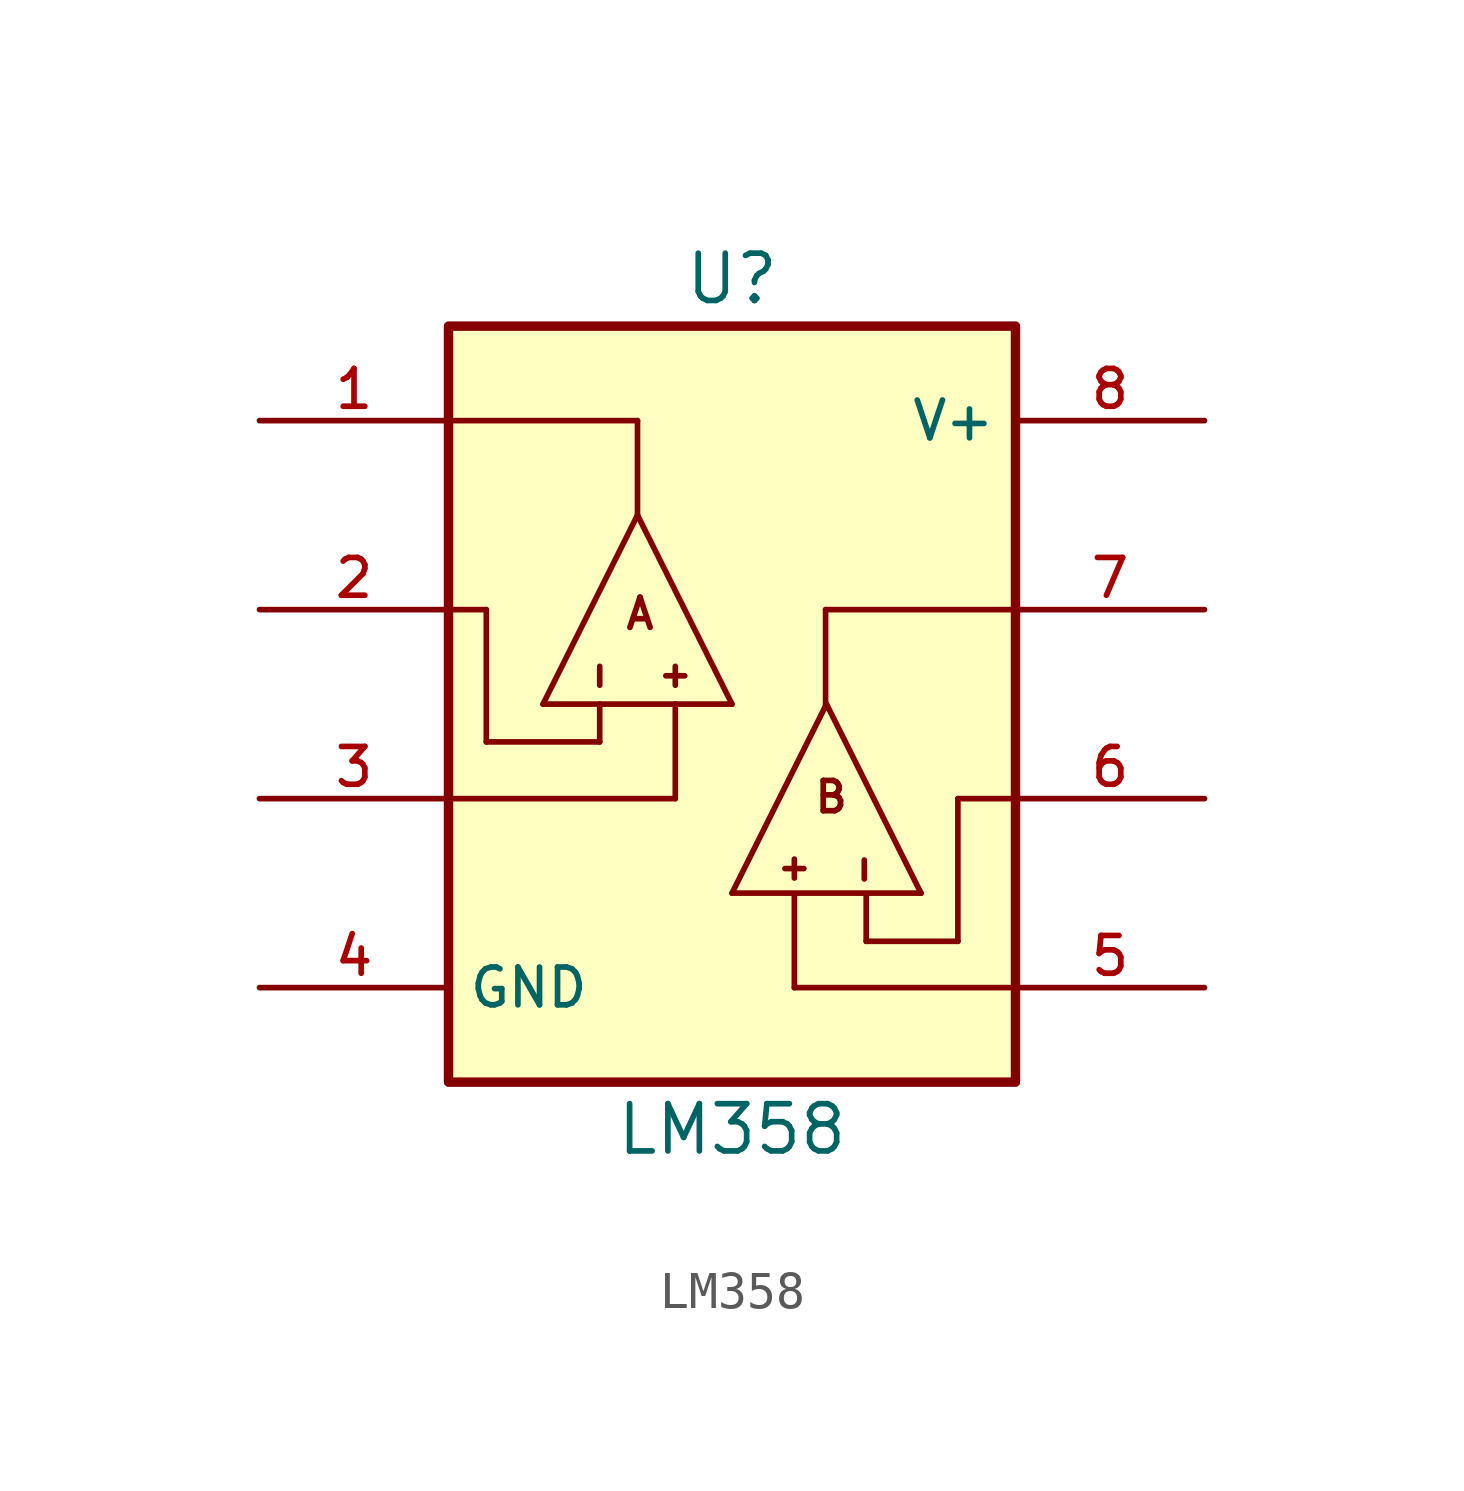
<source format=kicad_sym>
(kicad_symbol_lib
  (version 20211014)
  (generator kicad_symbol_editor)
  (symbol "LM358"
    (property "Reference" "U"
      (at 0 0 0)
      (effects (font (size 1.27 1.27))))
    (property "Value" "LM358"
      (at 0 -22.86 0)
      (effects (font (size 1.27 1.27))))
    (symbol "LM358_0_0"
      (rectangle (start -7.62 -21.59) (end 7.62 -1.27) (stroke (width 0.254) (type default) (color 0 0 0 0)) (fill (type background)))
      (polyline (pts (xy -6.604 -12.446) (xy -6.604 -8.89)) (stroke (width 0.152) (type default) (color 0 0 0 0)) (fill (type none)))
      (polyline (pts (xy -6.604 -8.89) (xy -7.62 -8.89)) (stroke (width 0.152) (type default) (color 0 0 0 0)) (fill (type none)))
      (polyline (pts (xy -5.08 -11.43) (xy -2.54 -6.35)) (stroke (width 0.152) (type default) (color 0 0 0 0)) (fill (type none)))
      (polyline (pts (xy -3.556 -12.446) (xy -6.604 -12.446)) (stroke (width 0.152) (type default) (color 0 0 0 0)) (fill (type none)))
      (polyline (pts (xy -3.556 -11.43) (xy -5.08 -11.43)) (stroke (width 0.152) (type default) (color 0 0 0 0)) (fill (type none)))
      (polyline (pts (xy -3.556 -11.43) (xy -3.556 -12.446)) (stroke (width 0.152) (type default) (color 0 0 0 0)) (fill (type none)))
      (polyline (pts (xy -3.556 -10.414) (xy -3.556 -10.922)) (stroke (width 0.152) (type default) (color 0 0 0 0)) (fill (type none)))
      (polyline (pts (xy -2.54 -6.35) (xy -2.54 -3.81)) (stroke (width 0.152) (type default) (color 0 0 0 0)) (fill (type none)))
      (polyline (pts (xy -2.54 -6.35) (xy 0 -11.43)) (stroke (width 0.152) (type default) (color 0 0 0 0)) (fill (type none)))
      (polyline (pts (xy -2.54 -3.81) (xy -7.62 -3.81)) (stroke (width 0.152) (type default) (color 0 0 0 0)) (fill (type none)))
      (polyline (pts (xy -1.778 -10.668) (xy -1.27 -10.668)) (stroke (width 0.152) (type default) (color 0 0 0 0)) (fill (type none)))
      (polyline (pts (xy -1.524 -13.97) (xy -7.62 -13.97)) (stroke (width 0.152) (type default) (color 0 0 0 0)) (fill (type none)))
      (polyline (pts (xy -1.524 -11.43) (xy -3.556 -11.43)) (stroke (width 0.152) (type default) (color 0 0 0 0)) (fill (type none)))
      (polyline (pts (xy -1.524 -11.43) (xy -1.524 -13.97)) (stroke (width 0.152) (type default) (color 0 0 0 0)) (fill (type none)))
      (polyline (pts (xy -1.524 -10.922) (xy -1.524 -10.414)) (stroke (width 0.152) (type default) (color 0 0 0 0)) (fill (type none)))
      (polyline (pts (xy 0 -16.51) (xy 2.54 -11.43)) (stroke (width 0.152) (type default) (color 0 0 0 0)) (fill (type none)))
      (polyline (pts (xy 0 -11.43) (xy -1.524 -11.43)) (stroke (width 0.152) (type default) (color 0 0 0 0)) (fill (type none)))
      (polyline (pts (xy 1.422 -15.85) (xy 1.93 -15.85)) (stroke (width 0.152) (type default) (color 0 0 0 0)) (fill (type none)))
      (polyline (pts (xy 1.676 -19.05) (xy 7.62 -19.05)) (stroke (width 0.152) (type default) (color 0 0 0 0)) (fill (type none)))
      (polyline (pts (xy 1.676 -16.561) (xy 1.676 -19.05)) (stroke (width 0.152) (type default) (color 0 0 0 0)) (fill (type none)))
      (polyline (pts (xy 1.676 -15.596) (xy 1.676 -16.104)) (stroke (width 0.152) (type default) (color 0 0 0 0)) (fill (type none)))
      (polyline (pts (xy 2.515 -11.532) (xy 2.515 -8.89)) (stroke (width 0.152) (type default) (color 0 0 0 0)) (fill (type none)))
      (polyline (pts (xy 2.515 -8.89) (xy 7.62 -8.89)) (stroke (width 0.152) (type default) (color 0 0 0 0)) (fill (type none)))
      (polyline (pts (xy 2.54 -11.43) (xy 5.08 -16.51)) (stroke (width 0.152) (type default) (color 0 0 0 0)) (fill (type none)))
      (polyline (pts (xy 3.556 -15.621) (xy 3.556 -16.129)) (stroke (width 0.152) (type default) (color 0 0 0 0)) (fill (type none)))
      (polyline (pts (xy 3.607 -17.805) (xy 6.071 -17.805)) (stroke (width 0.152) (type default) (color 0 0 0 0)) (fill (type none)))
      (polyline (pts (xy 3.607 -16.535) (xy 3.607 -17.805)) (stroke (width 0.152) (type default) (color 0 0 0 0)) (fill (type none)))
      (polyline (pts (xy 5.08 -16.51) (xy 0 -16.51)) (stroke (width 0.152) (type default) (color 0 0 0 0)) (fill (type none)))
      (polyline (pts (xy 6.071 -17.805) (xy 6.071 -13.97)) (stroke (width 0.152) (type default) (color 0 0 0 0)) (fill (type none)))
      (polyline (pts (xy 6.071 -13.97) (xy 7.62 -13.97)) (stroke (width 0.152) (type default) (color 0 0 0 0)) (fill (type none)))
      (text "A" (at -2.921 -9.474 0) (effects (font (size 0.813 0.813)) (justify left bottom)))
      (text "B" (at 2.159 -14.402 0) (effects (font (size 0.813 0.813)) (justify left bottom)))
      (pin output line (at -12.7 -3.81 0) (length 5.08) (name "~" (effects (font (size 1.016 1.016)))) (number "1" (effects (font (size 1.016 1.016)))))
      (pin input line (at -12.7 -8.89 0) (length 5.08) (name "~" (effects (font (size 1.016 1.016)))) (number "2" (effects (font (size 1.016 1.016)))))
      (pin input line (at -12.7 -13.97 0) (length 5.08) (name "~" (effects (font (size 1.016 1.016)))) (number "3" (effects (font (size 1.016 1.016)))))
      (pin power_in line (at -12.7 -19.05 0) (length 5.08) (name "GND" (effects (font (size 1.016 1.016)))) (number "4" (effects (font (size 1.016 1.016)))))
      (pin input line (at 12.7 -19.05 180) (length 5.08) (name "~" (effects (font (size 1.016 1.016)))) (number "5" (effects (font (size 1.016 1.016)))))
      (pin input line (at 12.7 -13.97 180) (length 5.08) (name "~" (effects (font (size 1.016 1.016)))) (number "6" (effects (font (size 1.016 1.016)))))
      (pin output line (at 12.7 -8.89 180) (length 5.08) (name "~" (effects (font (size 1.016 1.016)))) (number "7" (effects (font (size 1.016 1.016)))))
      (pin power_in line (at 12.7 -3.81 180) (length 5.08) (name "V+" (effects (font (size 1.016 1.016)))) (number "8" (effects (font (size 1.016 1.016))))))))
</source>
